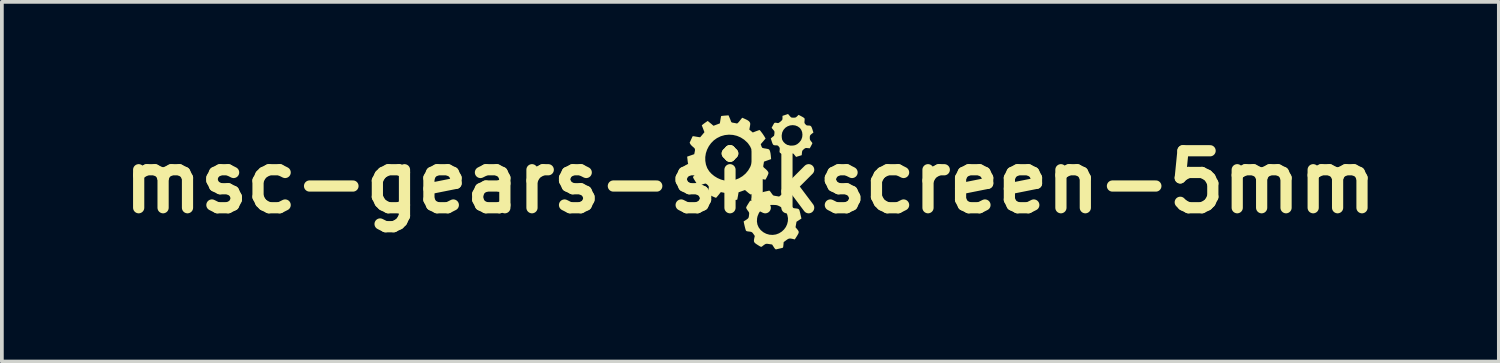
<source format=kicad_pcb>
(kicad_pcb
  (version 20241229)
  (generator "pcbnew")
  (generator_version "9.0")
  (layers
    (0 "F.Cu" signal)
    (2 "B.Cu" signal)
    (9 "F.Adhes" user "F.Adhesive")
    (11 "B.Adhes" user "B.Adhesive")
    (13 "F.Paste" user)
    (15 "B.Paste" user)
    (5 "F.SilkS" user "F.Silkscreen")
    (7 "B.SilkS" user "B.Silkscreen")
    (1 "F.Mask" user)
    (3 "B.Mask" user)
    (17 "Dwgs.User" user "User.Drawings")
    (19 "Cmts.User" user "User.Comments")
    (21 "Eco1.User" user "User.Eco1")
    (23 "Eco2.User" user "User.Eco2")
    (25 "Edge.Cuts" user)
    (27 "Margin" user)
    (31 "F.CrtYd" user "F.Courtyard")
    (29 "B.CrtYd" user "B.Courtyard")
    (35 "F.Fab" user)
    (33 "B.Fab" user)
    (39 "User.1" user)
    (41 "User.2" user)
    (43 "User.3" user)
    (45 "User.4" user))
  (footprint "msc-gears-silkscreen-5mm"
    (layer "F.Cu")
    (at 17.025 1.818)
    (property "Reference" "msc-gears-silkscreen-5mm" (at 0 0 0) (layer "F.SilkS") (effects (font (size 1.524 1.524) (thickness 0.3))))
    (attr board_only exclude_from_pos_files exclude_from_bom)
    (fp_poly (pts (xy 1.051 -1.769) (xy 1.074 -1.743) (xy 1.091 -1.728) (xy 1.11 -1.722) (xy 1.139 -1.72) (xy 1.153 -1.72) (xy 1.188 -1.721) (xy 1.212 -1.726) (xy 1.231 -1.738) (xy 1.252 -1.757) (xy 1.291 -1.795) (xy 1.366 -1.756) (xy 1.401 -1.737) (xy 1.43 -1.718) (xy 1.447 -1.704) (xy 1.449 -1.701) (xy 1.453 -1.683) (xy 1.452 -1.652) (xy 1.45 -1.631) (xy 1.447 -1.598) (xy 1.45 -1.577) (xy 1.46 -1.559) (xy 1.473 -1.544) (xy 1.493 -1.523) (xy 1.512 -1.513) (xy 1.539 -1.51) (xy 1.554 -1.51) (xy 1.587 -1.508) (xy 1.61 -1.501) (xy 1.628 -1.484) (xy 1.643 -1.456) (xy 1.659 -1.412) (xy 1.663 -1.398) (xy 1.688 -1.321) (xy 1.651 -1.294) (xy 1.619 -1.268) (xy 1.601 -1.246) (xy 1.592 -1.22) (xy 1.59 -1.185) (xy 1.59 -1.182) (xy 1.592 -1.147) (xy 1.6 -1.122) (xy 1.618 -1.096) (xy 1.625 -1.087) (xy 1.645 -1.063) (xy 1.657 -1.044) (xy 1.66 -1.037) (xy 1.655 -1.024) (xy 1.643 -0.999) (xy 1.626 -0.967) (xy 1.625 -0.964) (xy 1.589 -0.9) (xy 1.532 -0.906) (xy 1.499 -0.909) (xy 1.476 -0.906) (xy 1.456 -0.896) (xy 1.43 -0.875) (xy 1.405 -0.853) (xy 1.391 -0.834) (xy 1.384 -0.81) (xy 1.38 -0.777) (xy 1.375 -0.716) (xy 1.3 -0.693) (xy 1.265 -0.683) (xy 1.238 -0.674) (xy 1.225 -0.67) (xy 1.224 -0.67) (xy 1.218 -0.677) (xy 1.204 -0.695) (xy 1.194 -0.706) (xy 1.175 -0.73) (xy 1.162 -0.748) (xy 1.159 -0.752) (xy 1.146 -0.758) (xy 1.12 -0.764) (xy 1.089 -0.767) (xy 1.054 -0.769) (xy 1.031 -0.767) (xy 1.015 -0.759) (xy 0.997 -0.743) (xy 0.991 -0.736) (xy 0.968 -0.715) (xy 0.949 -0.702) (xy 0.943 -0.7) (xy 0.923 -0.705) (xy 0.892 -0.719) (xy 0.857 -0.738) (xy 0.824 -0.759) (xy 0.811 -0.768) (xy 0.793 -0.783) (xy 0.783 -0.796) (xy 0.781 -0.815) (xy 0.784 -0.846) (xy 0.784 -0.851) (xy 0.787 -0.886) (xy 0.785 -0.908) (xy 0.776 -0.928) (xy 0.763 -0.945) (xy 0.745 -0.965) (xy 0.729 -0.975) (xy 0.706 -0.979) (xy 0.678 -0.98) (xy 0.647 -0.981) (xy 0.626 -0.986) (xy 0.609 -0.999) (xy 0.595 -1.023) (xy 0.581 -1.06) (xy 0.57 -1.094) (xy 0.547 -1.164) (xy 0.586 -1.197) (xy 0.609 -1.216) (xy 0.626 -1.228) (xy 0.631 -1.23) (xy 0.632 -1.232) (xy 0.839 -1.232) (xy 0.842 -1.184) (xy 0.849 -1.142) (xy 0.855 -1.123) (xy 0.888 -1.069) (xy 0.936 -1.023) (xy 0.994 -0.989) (xy 1.02 -0.979) (xy 1.061 -0.972) (xy 1.112 -0.972) (xy 1.164 -0.977) (xy 1.203 -0.986) (xy 1.257 -1.013) (xy 1.308 -1.056) (xy 1.351 -1.109) (xy 1.366 -1.137) (xy 1.388 -1.2) (xy 1.394 -1.267) (xy 1.386 -1.333) (xy 1.363 -1.392) (xy 1.328 -1.442) (xy 1.323 -1.446) (xy 1.266 -1.487) (xy 1.201 -1.512) (xy 1.131 -1.52) (xy 1.061 -1.512) (xy 0.995 -1.488) (xy 0.936 -1.449) (xy 0.886 -1.392) (xy 0.854 -1.328) (xy 0.84 -1.255) (xy 0.839 -1.232) (xy 0.632 -1.232) (xy 0.635 -1.239) (xy 0.64 -1.263) (xy 0.644 -1.291) (xy 0.646 -1.325) (xy 0.645 -1.347) (xy 0.636 -1.367) (xy 0.617 -1.391) (xy 0.609 -1.4) (xy 0.569 -1.448) (xy 0.607 -1.519) (xy 0.626 -1.553) (xy 0.64 -1.575) (xy 0.656 -1.584) (xy 0.679 -1.585) (xy 0.713 -1.579) (xy 0.736 -1.575) (xy 0.757 -1.579) (xy 0.789 -1.601) (xy 0.808 -1.616) (xy 0.835 -1.641) (xy 0.851 -1.659) (xy 0.858 -1.678) (xy 0.86 -1.702) (xy 0.86 -1.715) (xy 0.86 -1.768) (xy 0.935 -1.793) (xy 1.009 -1.818)) (stroke (width 0) (type solid)) (fill yes) (layer "F.SilkS"))
    (fp_poly (pts (xy 0.509 0.234) (xy 0.522 0.243) (xy 0.54 0.265) (xy 0.56 0.294) (xy 0.585 0.329) (xy 0.607 0.354) (xy 0.624 0.365) (xy 0.624 0.365) (xy 0.645 0.369) (xy 0.678 0.375) (xy 0.708 0.38) (xy 0.771 0.391) (xy 0.833 0.341) (xy 0.895 0.292) (xy 0.987 0.348) (xy 1.034 0.379) (xy 1.066 0.404) (xy 1.085 0.427) (xy 1.092 0.453) (xy 1.09 0.485) (xy 1.083 0.524) (xy 1.068 0.591) (xy 1.105 0.645) (xy 1.126 0.675) (xy 1.144 0.692) (xy 1.163 0.701) (xy 1.188 0.705) (xy 1.233 0.71) (xy 1.265 0.715) (xy 1.287 0.723) (xy 1.302 0.736) (xy 1.314 0.757) (xy 1.323 0.791) (xy 1.335 0.838) (xy 1.342 0.872) (xy 1.367 0.979) (xy 1.235 1.065) (xy 1.222 1.139) (xy 1.209 1.212) (xy 1.249 1.26) (xy 1.275 1.293) (xy 1.291 1.32) (xy 1.295 1.346) (xy 1.288 1.374) (xy 1.269 1.41) (xy 1.246 1.449) (xy 1.189 1.538) (xy 1.132 1.524) (xy 1.086 1.515) (xy 1.052 1.513) (xy 1.022 1.52) (xy 0.99 1.537) (xy 0.959 1.56) (xy 0.892 1.609) (xy 0.885 1.684) (xy 0.881 1.723) (xy 0.877 1.746) (xy 0.87 1.758) (xy 0.859 1.764) (xy 0.852 1.766) (xy 0.827 1.772) (xy 0.792 1.78) (xy 0.765 1.786) (xy 0.73 1.794) (xy 0.701 1.801) (xy 0.687 1.804) (xy 0.674 1.801) (xy 0.657 1.785) (xy 0.634 1.754) (xy 0.626 1.741) (xy 0.583 1.674) (xy 0.5 1.661) (xy 0.463 1.656) (xy 0.437 1.654) (xy 0.415 1.657) (xy 0.393 1.667) (xy 0.366 1.685) (xy 0.329 1.713) (xy 0.319 1.722) (xy 0.306 1.731) (xy 0.295 1.735) (xy 0.282 1.734) (xy 0.263 1.726) (xy 0.236 1.71) (xy 0.196 1.685) (xy 0.177 1.673) (xy 0.135 1.644) (xy 0.109 1.618) (xy 0.097 1.591) (xy 0.096 1.556) (xy 0.104 1.511) (xy 0.119 1.445) (xy 0.083 1.392) (xy 0.064 1.366) (xy 0.047 1.349) (xy 0.027 1.338) (xy -0.001 1.331) (xy -0.043 1.326) (xy -0.053 1.325) (xy -0.087 1.32) (xy -0.106 1.313) (xy -0.117 1.302) (xy -0.122 1.292) (xy -0.128 1.272) (xy -0.137 1.241) (xy -0.147 1.202) (xy -0.157 1.16) (xy -0.166 1.12) (xy -0.173 1.086) (xy -0.178 1.063) (xy -0.178 1.058) (xy 0.176 1.058) (xy 0.19 1.14) (xy 0.223 1.216) (xy 0.274 1.284) (xy 0.28 1.29) (xy 0.348 1.346) (xy 0.426 1.387) (xy 0.51 1.411) (xy 0.598 1.417) (xy 0.684 1.405) (xy 0.685 1.405) (xy 0.768 1.374) (xy 0.841 1.328) (xy 0.902 1.271) (xy 0.951 1.204) (xy 0.985 1.129) (xy 1.004 1.05) (xy 1.007 0.968) (xy 0.991 0.886) (xy 0.974 0.84) (xy 0.937 0.778) (xy 0.883 0.721) (xy 0.818 0.672) (xy 0.773 0.647) (xy 0.74 0.632) (xy 0.713 0.623) (xy 0.686 0.618) (xy 0.651 0.616) (xy 0.603 0.615) (xy 0.6 0.615) (xy 0.551 0.615) (xy 0.516 0.618) (xy 0.488 0.623) (xy 0.461 0.632) (xy 0.429 0.646) (xy 0.427 0.647) (xy 0.347 0.696) (xy 0.28 0.757) (xy 0.229 0.831) (xy 0.194 0.914) (xy 0.181 0.971) (xy 0.176 1.058) (xy -0.178 1.058) (xy -0.178 1.056) (xy -0.128 1.024) (xy -0.093 1.001) (xy -0.068 0.982) (xy -0.053 0.964) (xy -0.044 0.944) (xy -0.039 0.919) (xy -0.035 0.886) (xy -0.034 0.878) (xy -0.031 0.844) (xy -0.034 0.821) (xy -0.044 0.801) (xy -0.057 0.783) (xy -0.079 0.753) (xy -0.098 0.723) (xy -0.103 0.714) (xy -0.109 0.7) (xy -0.112 0.688) (xy -0.108 0.672) (xy -0.097 0.651) (xy -0.078 0.618) (xy -0.063 0.594) (xy -0.04 0.557) (xy -0.021 0.527) (xy -0.008 0.507) (xy -0.005 0.502) (xy 0.006 0.502) (xy 0.031 0.506) (xy 0.065 0.513) (xy 0.074 0.515) (xy 0.15 0.532) (xy 0.203 0.496) (xy 0.233 0.474) (xy 0.259 0.456) (xy 0.273 0.446) (xy 0.285 0.427) (xy 0.295 0.391) (xy 0.299 0.36) (xy 0.305 0.324) (xy 0.311 0.295) (xy 0.316 0.28) (xy 0.317 0.28) (xy 0.33 0.274) (xy 0.357 0.266) (xy 0.393 0.257) (xy 0.4 0.256) (xy 0.439 0.247) (xy 0.473 0.24) (xy 0.494 0.234) (xy 0.496 0.234)) (stroke (width 0) (type solid)) (fill yes) (layer "F.SilkS"))
    (fp_poly (pts (xy -0.558 -1.723) (xy -0.542 -1.685) (xy -0.528 -1.649) (xy -0.521 -1.628) (xy -0.513 -1.609) (xy -0.504 -1.597) (xy -0.487 -1.589) (xy -0.457 -1.583) (xy -0.442 -1.581) (xy -0.405 -1.574) (xy -0.375 -1.568) (xy -0.359 -1.564) (xy -0.345 -1.569) (xy -0.322 -1.59) (xy -0.289 -1.628) (xy -0.281 -1.639) (xy -0.218 -1.718) (xy -0.182 -1.703) (xy -0.116 -1.673) (xy -0.067 -1.647) (xy -0.034 -1.622) (xy -0.016 -1.598) (xy -0.007 -1.579) (xy -0.003 -1.562) (xy -0.003 -1.541) (xy -0.007 -1.509) (xy -0.012 -1.482) (xy -0.027 -1.401) (xy 0.065 -1.323) (xy 0.15 -1.356) (xy 0.189 -1.37) (xy 0.221 -1.382) (xy 0.241 -1.388) (xy 0.246 -1.389) (xy 0.256 -1.382) (xy 0.274 -1.361) (xy 0.297 -1.331) (xy 0.324 -1.295) (xy 0.35 -1.257) (xy 0.374 -1.22) (xy 0.387 -1.198) (xy 0.408 -1.162) (xy 0.343 -1.086) (xy 0.278 -1.01) (xy 0.295 -0.961) (xy 0.302 -0.939) (xy 0.309 -0.924) (xy 0.32 -0.914) (xy 0.338 -0.907) (xy 0.367 -0.9) (xy 0.41 -0.893) (xy 0.433 -0.889) (xy 0.469 -0.882) (xy 0.492 -0.875) (xy 0.506 -0.864) (xy 0.517 -0.846) (xy 0.519 -0.841) (xy 0.53 -0.81) (xy 0.54 -0.764) (xy 0.547 -0.708) (xy 0.547 -0.708) (xy 0.556 -0.611) (xy 0.46 -0.577) (xy 0.365 -0.543) (xy 0.358 -0.499) (xy 0.352 -0.465) (xy 0.347 -0.434) (xy 0.346 -0.428) (xy 0.345 -0.413) (xy 0.352 -0.398) (xy 0.369 -0.379) (xy 0.399 -0.354) (xy 0.4 -0.353) (xy 0.431 -0.325) (xy 0.458 -0.295) (xy 0.475 -0.271) (xy 0.475 -0.27) (xy 0.482 -0.253) (xy 0.485 -0.239) (xy 0.482 -0.222) (xy 0.473 -0.197) (xy 0.457 -0.161) (xy 0.45 -0.147) (xy 0.432 -0.11) (xy 0.416 -0.081) (xy 0.405 -0.064) (xy 0.402 -0.061) (xy 0.39 -0.063) (xy 0.363 -0.068) (xy 0.325 -0.075) (xy 0.303 -0.079) (xy 0.211 -0.097) (xy 0.156 -0.029) (xy 0.131 0.002) (xy 0.111 0.028) (xy 0.101 0.045) (xy 0.1 0.048) (xy 0.103 0.06) (xy 0.113 0.087) (xy 0.126 0.123) (xy 0.134 0.143) (xy 0.168 0.23) (xy 0.098 0.28) (xy 0.065 0.304) (xy 0.037 0.323) (xy 0.019 0.335) (xy 0.016 0.336) (xy 0.003 0.332) (xy -0.021 0.317) (xy -0.051 0.294) (xy -0.07 0.278) (xy -0.143 0.216) (xy -0.315 0.277) (xy -0.331 0.374) (xy -0.339 0.415) (xy -0.345 0.449) (xy -0.35 0.47) (xy -0.351 0.474) (xy -0.362 0.477) (xy -0.389 0.48) (xy -0.426 0.483) (xy -0.452 0.485) (xy -0.548 0.492) (xy -0.568 0.454) (xy -0.583 0.421) (xy -0.598 0.381) (xy -0.605 0.362) (xy -0.614 0.335) (xy -0.622 0.318) (xy -0.635 0.306) (xy -0.656 0.299) (xy -0.69 0.291) (xy -0.718 0.286) (xy -0.79 0.272) (xy -0.851 0.349) (xy -0.878 0.381) (xy -0.9 0.407) (xy -0.914 0.422) (xy -0.918 0.425) (xy -0.93 0.421) (xy -0.955 0.411) (xy -0.99 0.396) (xy -1.011 0.386) (xy -1.055 0.366) (xy -1.084 0.349) (xy -1.104 0.332) (xy -1.117 0.312) (xy -1.118 0.311) (xy -1.129 0.29) (xy -1.133 0.271) (xy -1.132 0.248) (xy -1.124 0.215) (xy -1.117 0.179) (xy -1.112 0.148) (xy -1.11 0.132) (xy -1.118 0.112) (xy -1.137 0.086) (xy -1.162 0.063) (xy -1.188 0.046) (xy -1.193 0.045) (xy -1.209 0.045) (xy -1.239 0.052) (xy -1.277 0.064) (xy -1.295 0.071) (xy -1.339 0.086) (xy -1.368 0.094) (xy -1.386 0.095) (xy -1.393 0.091) (xy -1.409 0.075) (xy -1.43 0.047) (xy -1.454 0.012) (xy -1.478 -0.026) (xy -1.501 -0.063) (xy -1.52 -0.096) (xy -1.531 -0.12) (xy -1.534 -0.132) (xy -1.524 -0.145) (xy -1.505 -0.169) (xy -1.479 -0.199) (xy -1.467 -0.212) (xy -1.408 -0.279) (xy -1.426 -0.327) (xy -1.436 -0.355) (xy -1.443 -0.373) (xy -1.445 -0.378) (xy -1.455 -0.38) (xy -1.48 -0.385) (xy -1.516 -0.392) (xy -1.533 -0.394) (xy -1.573 -0.401) (xy -1.606 -0.408) (xy -1.626 -0.413) (xy -1.63 -0.415) (xy -1.647 -0.436) (xy -1.662 -0.472) (xy -1.672 -0.52) (xy -1.674 -0.535) (xy -1.679 -0.576) (xy -1.683 -0.617) (xy -1.686 -0.636) (xy -1.689 -0.666) (xy -1.206 -0.666) (xy -1.205 -0.565) (xy -1.188 -0.465) (xy -1.152 -0.367) (xy -1.149 -0.362) (xy -1.103 -0.288) (xy -1.04 -0.219) (xy -0.965 -0.157) (xy -0.88 -0.105) (xy -0.789 -0.065) (xy -0.696 -0.04) (xy -0.695 -0.04) (xy -0.646 -0.035) (xy -0.585 -0.034) (xy -0.52 -0.038) (xy -0.46 -0.045) (xy -0.411 -0.055) (xy -0.41 -0.056) (xy -0.304 -0.097) (xy -0.209 -0.154) (xy -0.126 -0.225) (xy -0.057 -0.308) (xy -0.003 -0.401) (xy 0.036 -0.502) (xy 0.056 -0.61) (xy 0.06 -0.677) (xy 0.053 -0.779) (xy 0.032 -0.87) (xy -0.006 -0.952) (xy -0.06 -1.03) (xy -0.081 -1.054) (xy -0.164 -1.13) (xy -0.257 -1.19) (xy -0.357 -1.233) (xy -0.463 -1.258) (xy -0.572 -1.265) (xy -0.682 -1.254) (xy -0.791 -1.223) (xy -0.797 -1.22) (xy -0.893 -1.173) (xy -0.978 -1.112) (xy -1.051 -1.038) (xy -1.111 -0.955) (xy -1.158 -0.863) (xy -1.19 -0.767) (xy -1.206 -0.666) (xy -1.689 -0.666) (xy -1.691 -0.677) (xy -1.596 -0.71) (xy -1.501 -0.743) (xy -1.491 -0.792) (xy -1.482 -0.837) (xy -1.481 -0.869) (xy -1.488 -0.893) (xy -1.506 -0.914) (xy -1.533 -0.937) (xy -1.564 -0.964) (xy -1.591 -0.993) (xy -1.605 -1.013) (xy -1.624 -1.049) (xy -1.585 -1.135) (xy -1.568 -1.172) (xy -1.554 -1.202) (xy -1.544 -1.221) (xy -1.541 -1.224) (xy -1.529 -1.224) (xy -1.502 -1.221) (xy -1.465 -1.214) (xy -1.44 -1.21) (xy -1.399 -1.203) (xy -1.365 -1.198) (xy -1.344 -1.197) (xy -1.339 -1.198) (xy -1.331 -1.209) (xy -1.313 -1.23) (xy -1.288 -1.259) (xy -1.281 -1.268) (xy -1.228 -1.331) (xy -1.263 -1.423) (xy -1.299 -1.515) (xy -1.272 -1.537) (xy -1.249 -1.556) (xy -1.217 -1.579) (xy -1.193 -1.596) (xy -1.14 -1.632) (xy -1.098 -1.597) (xy -1.065 -1.57) (xy -1.032 -1.543) (xy -1.02 -1.532) (xy -0.985 -1.503) (xy -0.9 -1.535) (xy -0.815 -1.567) (xy -0.8 -1.663) (xy -0.793 -1.704) (xy -0.787 -1.738) (xy -0.782 -1.759) (xy -0.78 -1.763) (xy -0.768 -1.766) (xy -0.742 -1.769) (xy -0.704 -1.773) (xy -0.679 -1.775) (xy -0.583 -1.782)) (stroke (width 0) (type solid)) (fill yes) (layer "F.SilkS")))
  (gr_rect
    (start -3 -3)
    (end 37.051 6.623)
    (stroke (width 0.1) (type default))
    (fill no)
    (layer "Edge.Cuts")))
</source>
